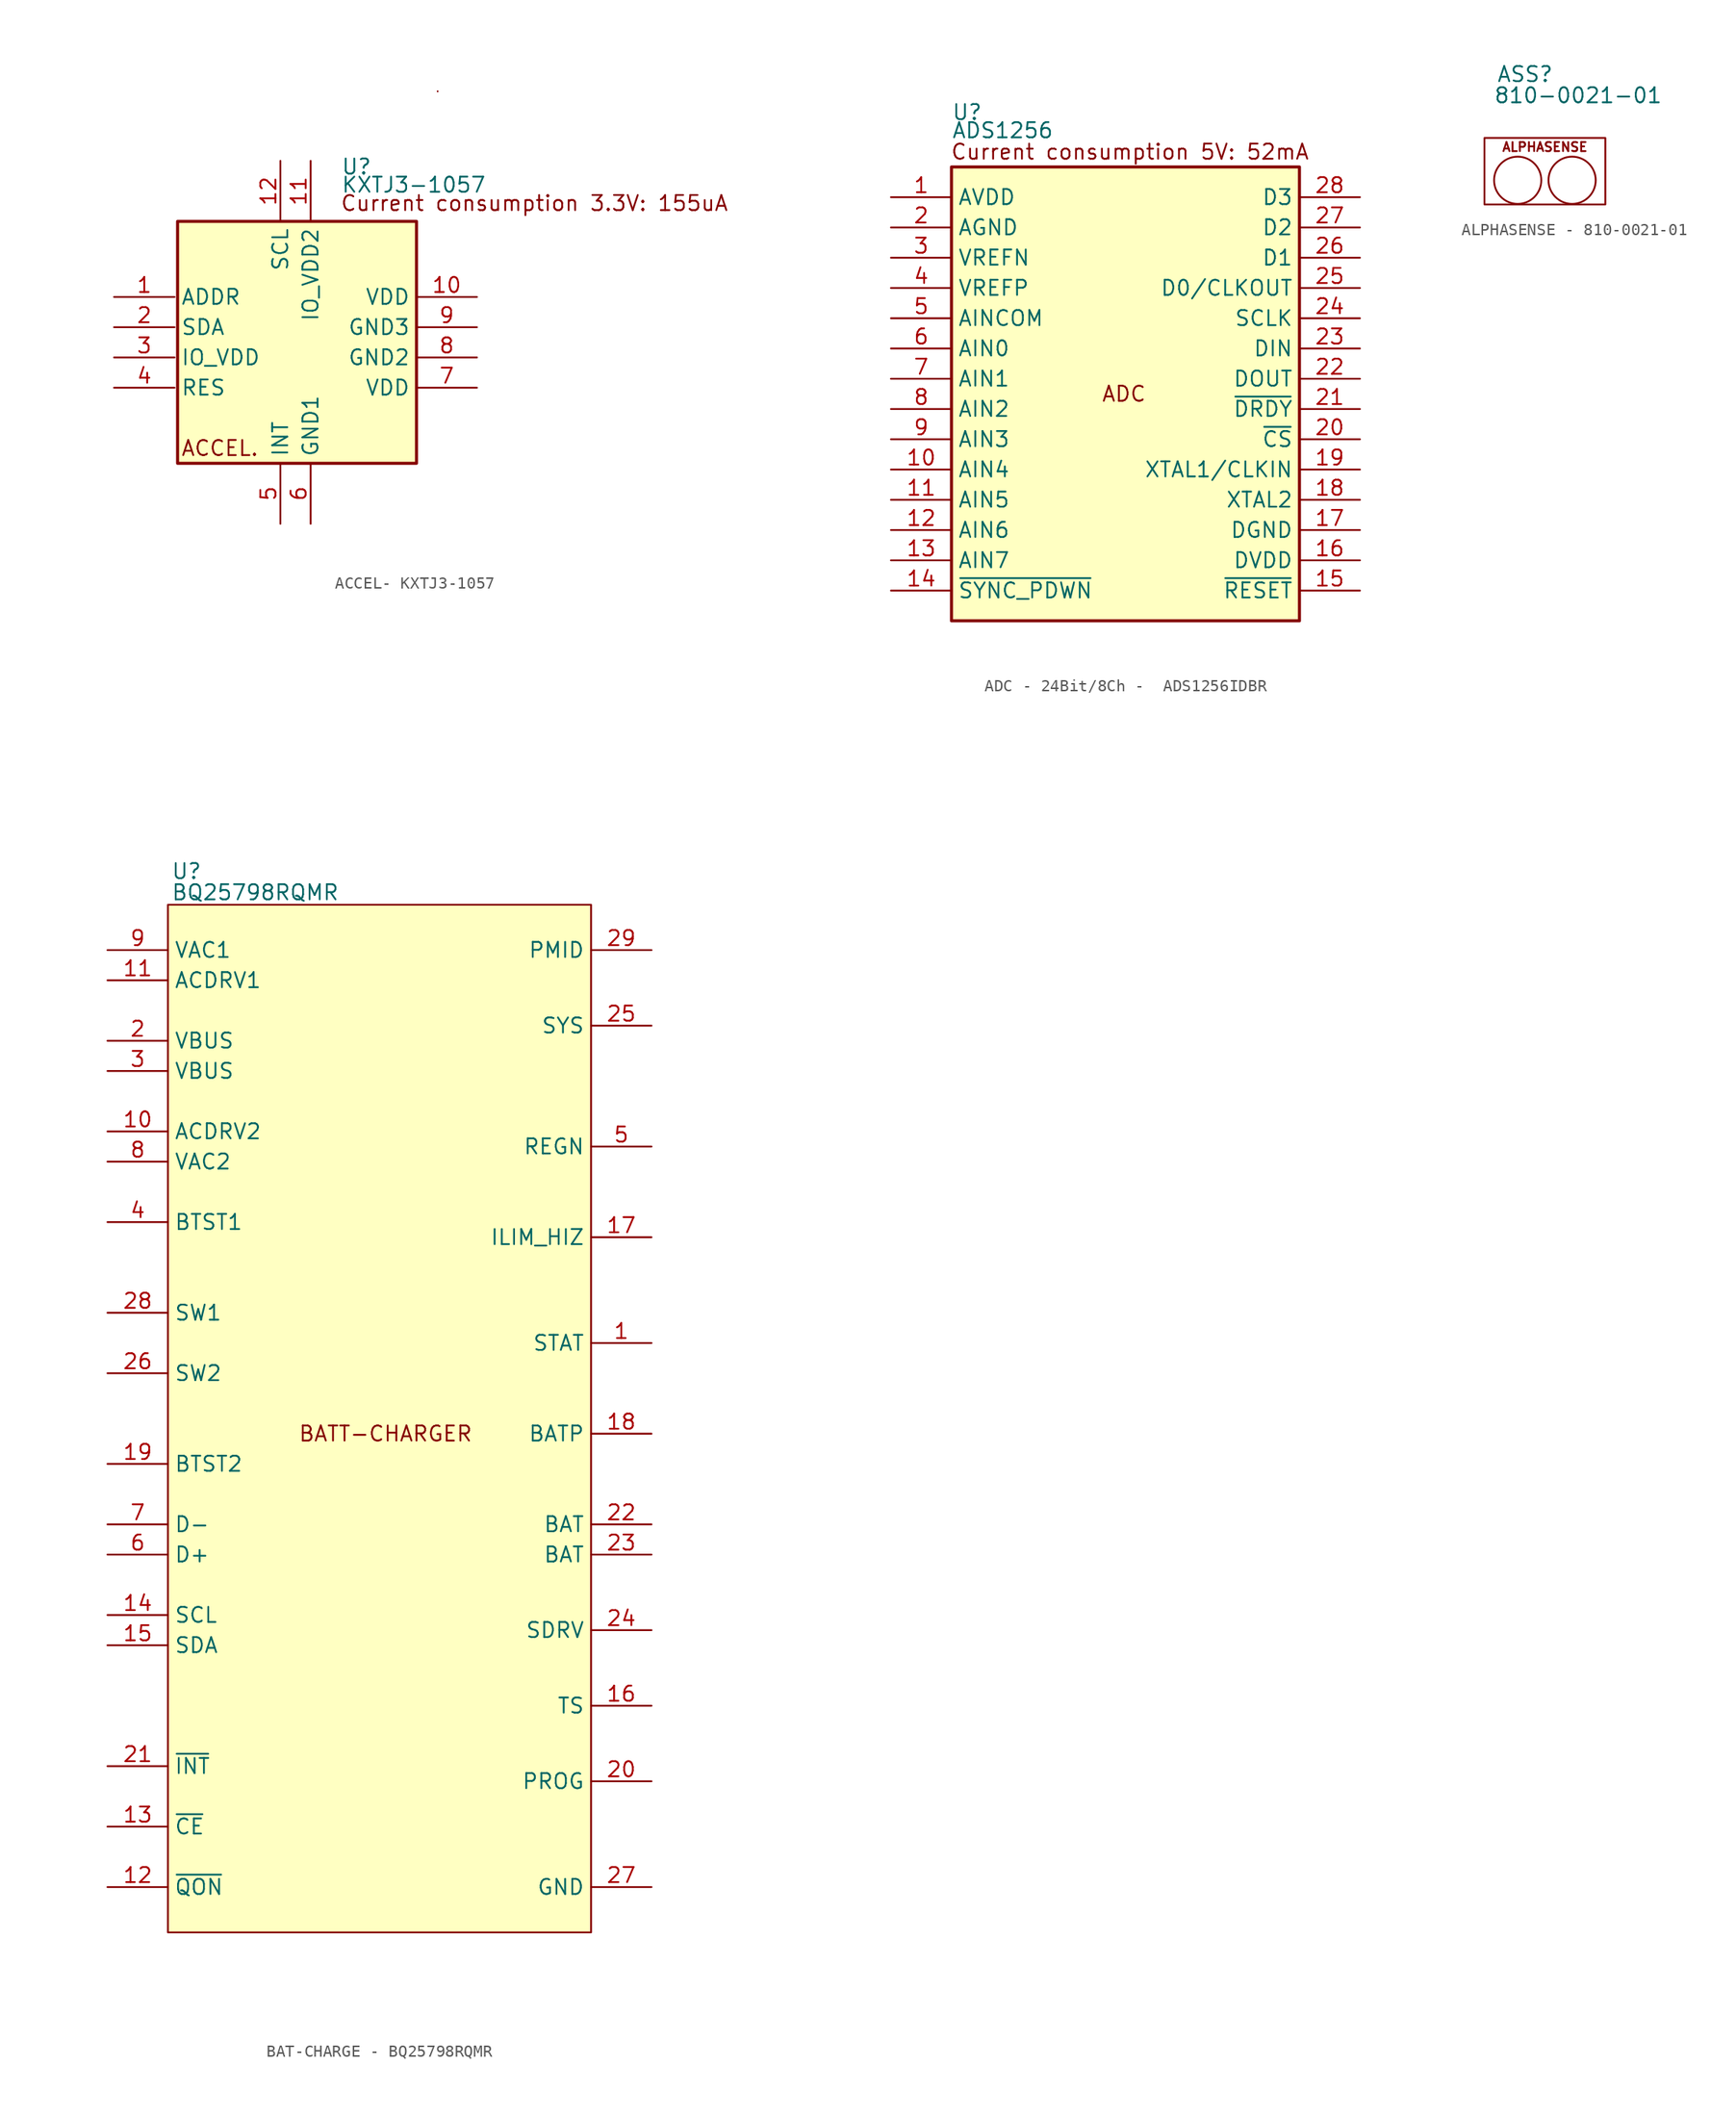
<source format=kicad_sym>
(kicad_symbol_lib
  (version 20241209)
  (generator "kicad_symbol_editor")
  (generator_version "9.0")
  (symbol "ACCEL- KXTJ3-1057 "
    (property "Reference" "U"
      (at 3.81 15.494 0)
      (effects (font (size 1.27 1.27)) (justify left top)))
    (property "Value" "KXTJ3-1057"
      (at 3.81 13.97 0)
      (effects (font (size 1.27 1.27)) (justify left top)))
    (symbol "ACCEL- KXTJ3-1057 _0_1"
      (rectangle (start 11.938 21.082) (end 11.938 21.082) (stroke (width 0) (type default)) (fill (type none))))
    (symbol "ACCEL- KXTJ3-1057 _1_1"
      (rectangle (start -9.906 10.16) (end 10.16 -10.16) (stroke (width 0.254) (type default)) (fill (type background)))
      (text "ACCEL." (at -6.35 -8.89 0) (effects (font (size 1.27 1.27))))
      (text "Current consumption 3.3V: 155uA\n" (at 20.066 11.684 0) (effects (font (size 1.27 1.27) (color 132 0 0 1))))
      (pin input line (at -15.24 3.81 0) (length 5.08) (name "ADDR" (effects (font (size 1.27 1.27)))) (number "1" (effects (font (size 1.27 1.27)))))
      (pin bidirectional line (at -15.24 1.27 0) (length 5.08) (name "SDA" (effects (font (size 1.27 1.27)))) (number "2" (effects (font (size 1.27 1.27)))))
      (pin power_in line (at -15.24 -1.27 0) (length 5.08) (name "IO_VDD" (effects (font (size 1.27 1.27)))) (number "3" (effects (font (size 1.27 1.27)))))
      (pin passive line (at -15.24 -3.81 0) (length 5.08) (name "RES" (effects (font (size 1.27 1.27)))) (number "4" (effects (font (size 1.27 1.27)))))
      (pin input line (at -1.27 15.24 270) (length 5.08) (name "SCL" (effects (font (size 1.27 1.27)))) (number "12" (effects (font (size 1.27 1.27)))))
      (pin passive line (at -1.27 -15.24 90) (length 5.08) (name "INT" (effects (font (size 1.27 1.27)))) (number "5" (effects (font (size 1.27 1.27)))))
      (pin power_in line (at 1.27 15.24 270) (length 5.08) (name "IO_VDD2" (effects (font (size 1.27 1.27)))) (number "11" (effects (font (size 1.27 1.27)))))
      (pin power_in line (at 1.27 -15.24 90) (length 5.08) (name "GND1" (effects (font (size 1.27 1.27)))) (number "6" (effects (font (size 1.27 1.27)))))
      (pin power_in line (at 15.24 3.81 180) (length 5.08) (name "VDD" (effects (font (size 1.27 1.27)))) (number "10" (effects (font (size 1.27 1.27)))))
      (pin power_in line (at 15.24 1.27 180) (length 5.08) (name "GND3" (effects (font (size 1.27 1.27)))) (number "9" (effects (font (size 1.27 1.27)))))
      (pin power_in line (at 15.24 -1.27 180) (length 5.08) (name "GND2" (effects (font (size 1.27 1.27)))) (number "8" (effects (font (size 1.27 1.27)))))
      (pin power_in line (at 15.24 -3.81 180) (length 5.08) (name "VDD" (effects (font (size 1.27 1.27)))) (number "7" (effects (font (size 1.27 1.27)))))))
  (symbol "ADC - 24Bit/8Ch -  ADS1256IDBR"
    (property "Reference" "U"
      (at -15.24 24.384 0)
      (effects (font (size 1.27 1.27)) (justify left top)))
    (property "Value" "ADS1256"
      (at -15.24 22.86 0)
      (effects (font (size 1.27 1.27)) (justify left top)))
    (symbol "ADC - 24Bit/8Ch -  ADS1256IDBR_1_1"
      (rectangle (start -15.24 19.05) (end 13.97 -19.05) (stroke (width 0.254) (type default)) (fill (type background)))
      (text "ADC" (at -0.762 0 0) (effects (font (size 1.27 1.27))))
      (text "Current consumption 5V: 52mA" (at -0.254 20.32 0) (effects (font (size 1.27 1.27) (color 132 0 0 1))))
      (pin power_in line (at -20.32 16.51 0) (length 5.08) (name "AVDD" (effects (font (size 1.27 1.27)))) (number "1" (effects (font (size 1.27 1.27)))))
      (pin power_in line (at -20.32 13.97 0) (length 5.08) (name "AGND" (effects (font (size 1.27 1.27)))) (number "2" (effects (font (size 1.27 1.27)))))
      (pin input line (at -20.32 11.43 0) (length 5.08) (name "VREFN" (effects (font (size 1.27 1.27)))) (number "3" (effects (font (size 1.27 1.27)))))
      (pin input line (at -20.32 8.89 0) (length 5.08) (name "VREFP" (effects (font (size 1.27 1.27)))) (number "4" (effects (font (size 1.27 1.27)))))
      (pin input line (at -20.32 6.35 0) (length 5.08) (name "AINCOM" (effects (font (size 1.27 1.27)))) (number "5" (effects (font (size 1.27 1.27)))))
      (pin input line (at -20.32 3.81 0) (length 5.08) (name "AIN0" (effects (font (size 1.27 1.27)))) (number "6" (effects (font (size 1.27 1.27)))))
      (pin input line (at -20.32 1.27 0) (length 5.08) (name "AIN1" (effects (font (size 1.27 1.27)))) (number "7" (effects (font (size 1.27 1.27)))))
      (pin input line (at -20.32 -1.27 0) (length 5.08) (name "AIN2" (effects (font (size 1.27 1.27)))) (number "8" (effects (font (size 1.27 1.27)))))
      (pin input line (at -20.32 -3.81 0) (length 5.08) (name "AIN3" (effects (font (size 1.27 1.27)))) (number "9" (effects (font (size 1.27 1.27)))))
      (pin input line (at -20.32 -6.35 0) (length 5.08) (name "AIN4" (effects (font (size 1.27 1.27)))) (number "10" (effects (font (size 1.27 1.27)))))
      (pin input line (at -20.32 -8.89 0) (length 5.08) (name "AIN5" (effects (font (size 1.27 1.27)))) (number "11" (effects (font (size 1.27 1.27)))))
      (pin input line (at -20.32 -11.43 0) (length 5.08) (name "AIN6" (effects (font (size 1.27 1.27)))) (number "12" (effects (font (size 1.27 1.27)))))
      (pin input line (at -20.32 -13.97 0) (length 5.08) (name "AIN7" (effects (font (size 1.27 1.27)))) (number "13" (effects (font (size 1.27 1.27)))))
      (pin input line (at -20.32 -16.51 0) (length 5.08) (name "~{SYNC_PDWN}" (effects (font (size 1.27 1.27)))) (number "14" (effects (font (size 1.27 1.27)))))
      (pin bidirectional line (at 19.05 16.51 180) (length 5.08) (name "D3" (effects (font (size 1.27 1.27)))) (number "28" (effects (font (size 1.27 1.27)))))
      (pin bidirectional line (at 19.05 13.97 180) (length 5.08) (name "D2" (effects (font (size 1.27 1.27)))) (number "27" (effects (font (size 1.27 1.27)))))
      (pin bidirectional line (at 19.05 11.43 180) (length 5.08) (name "D1" (effects (font (size 1.27 1.27)))) (number "26" (effects (font (size 1.27 1.27)))))
      (pin bidirectional line (at 19.05 8.89 180) (length 5.08) (name "D0/CLKOUT" (effects (font (size 1.27 1.27)))) (number "25" (effects (font (size 1.27 1.27)))))
      (pin input line (at 19.05 6.35 180) (length 5.08) (name "SCLK" (effects (font (size 1.27 1.27)))) (number "24" (effects (font (size 1.27 1.27)))))
      (pin input line (at 19.05 3.81 180) (length 5.08) (name "DIN" (effects (font (size 1.27 1.27)))) (number "23" (effects (font (size 1.27 1.27)))))
      (pin output line (at 19.05 1.27 180) (length 5.08) (name "DOUT" (effects (font (size 1.27 1.27)))) (number "22" (effects (font (size 1.27 1.27)))))
      (pin output line (at 19.05 -1.27 180) (length 5.08) (name "~{DRDY}" (effects (font (size 1.27 1.27)))) (number "21" (effects (font (size 1.27 1.27)))))
      (pin input line (at 19.05 -3.81 180) (length 5.08) (name "~{CS}" (effects (font (size 1.27 1.27)))) (number "20" (effects (font (size 1.27 1.27)))))
      (pin input line (at 19.05 -6.35 180) (length 5.08) (name "XTAL1/CLKIN" (effects (font (size 1.27 1.27)))) (number "19" (effects (font (size 1.27 1.27)))))
      (pin input line (at 19.05 -8.89 180) (length 5.08) (name "XTAL2" (effects (font (size 1.27 1.27)))) (number "18" (effects (font (size 1.27 1.27)))))
      (pin power_in line (at 19.05 -11.43 180) (length 5.08) (name "DGND" (effects (font (size 1.27 1.27)))) (number "17" (effects (font (size 1.27 1.27)))))
      (pin power_in line (at 19.05 -13.97 180) (length 5.08) (name "DVDD" (effects (font (size 1.27 1.27)))) (number "16" (effects (font (size 1.27 1.27)))))
      (pin output line (at 19.05 -16.51 180) (length 5.08) (name "~{RESET}" (effects (font (size 1.27 1.27)))) (number "15" (effects (font (size 1.27 1.27)))))))
  (symbol "ALPHASENSE - 810-0021-01"
    (property "Reference" "ASS"
      (at -4.064 8.89 0)
      (effects (font (size 1.27 1.27)) (justify left top)))
    (property "Value" "810-0021-01"
      (at -4.318 7.112 0)
      (effects (font (size 1.27 1.27)) (justify left top)))
    (symbol "ALPHASENSE - 810-0021-01_0_1"
      (rectangle (start -5.08 2.794) (end 5.08 -2.794) (stroke (width 0) (type default)) (fill (type none))))
    (symbol "ALPHASENSE - 810-0021-01_1_1"
      (circle (center -2.286 -0.762) (radius 1.984) (stroke (width 0) (type default)) (fill (type none)))
      (circle (center 2.286 -0.762) (radius 1.984) (stroke (width 0) (type default)) (fill (type none)))
      (text "ALPHASENSE\n" (at 0 2.032 0) (effects (font (size 0.762 0.762))))))
  (symbol "BAT-CHARGE - BQ25798RQMR"
    (property "Reference" "U"
      (at -18.796 49.276 0)
      (effects (font (size 1.27 1.27)) (justify left top)))
    (property "Value" "BQ25798RQMR"
      (at -18.796 47.498 0)
      (effects (font (size 1.27 1.27)) (justify left top)))
    (symbol "BAT-CHARGE - BQ25798RQMR_0_1"
      (pin power_in line (at -24.13 41.91 0) (length 5.08) (name "VAC1" (effects (font (size 1.27 1.27)))) (number "9" (effects (font (size 1.27 1.27)))))
      (pin power_in line (at -24.13 39.37 0) (length 5.08) (name "ACDRV1" (effects (font (size 1.27 1.27)))) (number "11" (effects (font (size 1.27 1.27)))))
      (pin power_in line (at -24.13 34.29 0) (length 5.08) (name "VBUS" (effects (font (size 1.27 1.27)))) (number "2" (effects (font (size 1.27 1.27)))))
      (pin power_in line (at -24.13 31.75 0) (length 5.08) (name "VBUS" (effects (font (size 1.27 1.27)))) (number "3" (effects (font (size 1.27 1.27)))))
      (pin power_in line (at -24.13 26.67 0) (length 5.08) (name "ACDRV2" (effects (font (size 1.27 1.27)))) (number "10" (effects (font (size 1.27 1.27)))))
      (pin power_in line (at -24.13 24.13 0) (length 5.08) (name "VAC2" (effects (font (size 1.27 1.27)))) (number "8" (effects (font (size 1.27 1.27)))))
      (pin power_in line (at -24.13 19.05 0) (length 5.08) (name "BTST1" (effects (font (size 1.27 1.27)))) (number "4" (effects (font (size 1.27 1.27)))))
      (pin power_in line (at -24.13 11.43 0) (length 5.08) (name "SW1" (effects (font (size 1.27 1.27)))) (number "28" (effects (font (size 1.27 1.27)))))
      (pin power_in line (at -24.13 6.35 0) (length 5.08) (name "SW2" (effects (font (size 1.27 1.27)))) (number "26" (effects (font (size 1.27 1.27)))))
      (pin power_out line (at -24.13 -1.27 0) (length 5.08) (name "BTST2" (effects (font (size 1.27 1.27)))) (number "19" (effects (font (size 1.27 1.27)))))
      (pin bidirectional line (at -24.13 -6.35 0) (length 5.08) (name "D-" (effects (font (size 1.27 1.27)))) (number "7" (effects (font (size 1.27 1.27)))))
      (pin bidirectional line (at -24.13 -8.89 0) (length 5.08) (name "D+" (effects (font (size 1.27 1.27)))) (number "6" (effects (font (size 1.27 1.27)))))
      (pin input line (at -24.13 -13.97 0) (length 5.08) (name "SCL" (effects (font (size 1.27 1.27)))) (number "14" (effects (font (size 1.27 1.27)))))
      (pin bidirectional line (at -24.13 -16.51 0) (length 5.08) (name "SDA" (effects (font (size 1.27 1.27)))) (number "15" (effects (font (size 1.27 1.27)))))
      (pin power_in line (at 21.59 41.91 180) (length 5.08) (name "PMID" (effects (font (size 1.27 1.27)))) (number "29" (effects (font (size 1.27 1.27)))))
      (pin power_out line (at 21.59 35.56 180) (length 5.08) (name "SYS" (effects (font (size 1.27 1.27)))) (number "25" (effects (font (size 1.27 1.27)))))
      (pin power_in line (at 21.59 25.4 180) (length 5.08) (name "REGN" (effects (font (size 1.27 1.27)))) (number "5" (effects (font (size 1.27 1.27)))))
      (pin input line (at 21.59 17.78 180) (length 5.08) (name "ILIM_HIZ" (effects (font (size 1.27 1.27)))) (number "17" (effects (font (size 1.27 1.27)))))
      (pin output line (at 21.59 8.89 180) (length 5.08) (name "STAT" (effects (font (size 1.27 1.27)))) (number "1" (effects (font (size 1.27 1.27)))))
      (pin power_in line (at 21.59 1.27 180) (length 5.08) (name "BATP" (effects (font (size 1.27 1.27)))) (number "18" (effects (font (size 1.27 1.27)))))
      (pin power_out line (at 21.59 -6.35 180) (length 5.08) (name "BAT" (effects (font (size 1.27 1.27)))) (number "22" (effects (font (size 1.27 1.27)))))
      (pin power_out line (at 21.59 -8.89 180) (length 5.08) (name "BAT" (effects (font (size 1.27 1.27)))) (number "23" (effects (font (size 1.27 1.27)))))
      (pin power_out line (at 21.59 -15.24 180) (length 5.08) (name "SDRV" (effects (font (size 1.27 1.27)))) (number "24" (effects (font (size 1.27 1.27)))))
      (pin input line (at 21.59 -21.59 180) (length 5.08) (name "TS" (effects (font (size 1.27 1.27)))) (number "16" (effects (font (size 1.27 1.27)))))
      (pin input line (at 21.59 -27.94 180) (length 5.08) (name "PROG" (effects (font (size 1.27 1.27)))) (number "20" (effects (font (size 1.27 1.27)))))
      (pin power_in line (at 21.59 -36.83 180) (length 5.08) (name "GND" (effects (font (size 1.27 1.27)))) (number "27" (effects (font (size 1.27 1.27))))))
    (symbol "BAT-CHARGE - BQ25798RQMR_1_1"
      (rectangle (start -19.05 45.72) (end 16.51 -40.64) (stroke (width 0) (type default)) (fill (type background)))
      (text "BATT-CHARGER" (at -0.762 1.27 0) (effects (font (size 1.27 1.27))))
      (pin output line (at -24.13 -26.67 0) (length 5.08) (name "~{INT}" (effects (font (size 1.27 1.27)))) (number "21" (effects (font (size 1.27 1.27)))))
      (pin input line (at -24.13 -31.75 0) (length 5.08) (name "~{CE}" (effects (font (size 1.27 1.27)))) (number "13" (effects (font (size 1.27 1.27)))))
      (pin input line (at -24.13 -36.83 0) (length 5.08) (name "~{QON}" (effects (font (size 1.27 1.27)))) (number "12" (effects (font (size 1.27 1.27))))))))
</source>
